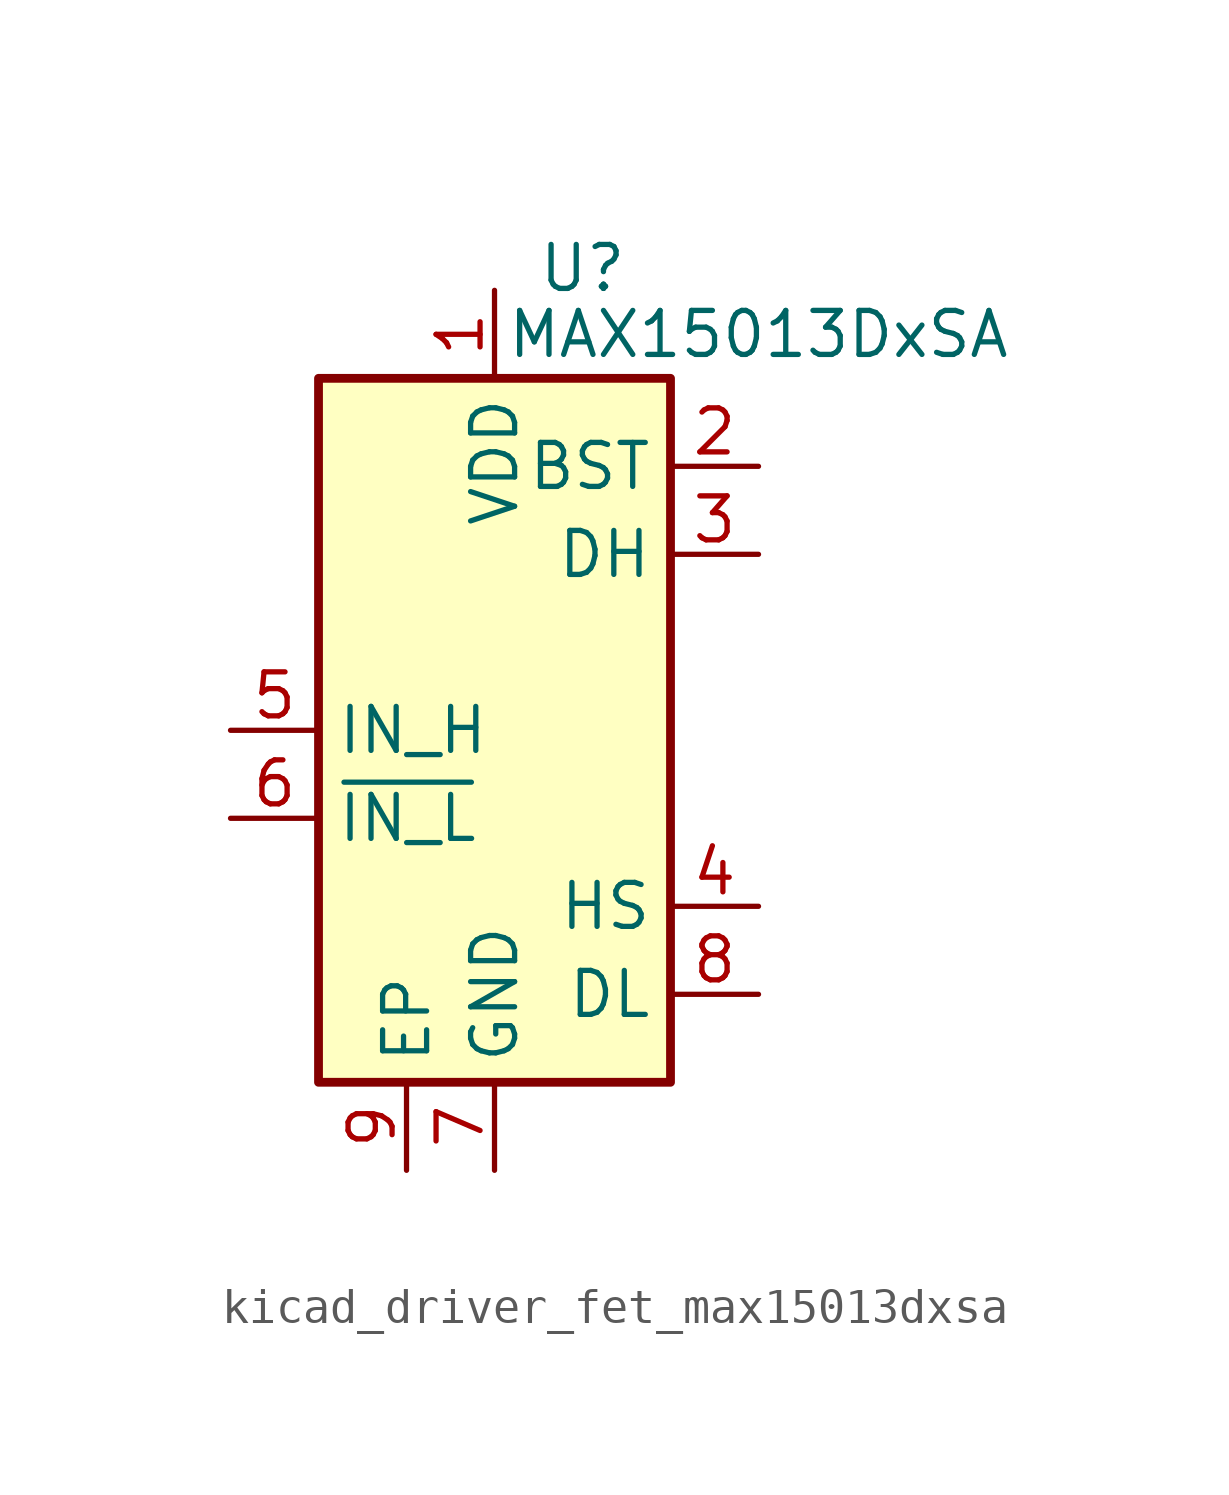
<source format=kicad_sym>
(kicad_symbol_lib
  (version 20220914)
  (generator kicad_symbol_editor)
  (symbol "kicad_driver_fet_max15013dxsa"
    (property "Reference" "U"
      (at 2.54 13.335 0)
      (effects (font (size 1.27 1.27))))
    (property "Value" "MAX15013DxSA"
      (at 7.62 11.43 0)
      (effects (font (size 1.27 1.27))))
    (symbol "kicad_driver_fet_max15013dxsa_0_1"
      (rectangle (start -5.08 -10.16) (end 5.08 10.16) (stroke (width 0.254) (type default)) (fill (type background))))
    (symbol "kicad_driver_fet_max15013dxsa_1_1"
      (pin power_in line (at 0 12.7 270) (length 2.54) (name "VDD" (effects (font (size 1.27 1.27)))) (number "1" (effects (font (size 1.27 1.27)))))
      (pin power_in line (at 7.62 7.62 180) (length 2.54) (name "BST" (effects (font (size 1.27 1.27)))) (number "2" (effects (font (size 1.27 1.27)))))
      (pin output line (at 7.62 5.08 180) (length 2.54) (name "DH" (effects (font (size 1.27 1.27)))) (number "3" (effects (font (size 1.27 1.27)))))
      (pin passive line (at 7.62 -5.08 180) (length 2.54) (name "HS" (effects (font (size 1.27 1.27)))) (number "4" (effects (font (size 1.27 1.27)))))
      (pin input line (at -7.62 0 0) (length 2.54) (name "IN_H" (effects (font (size 1.27 1.27)))) (number "5" (effects (font (size 1.27 1.27)))))
      (pin input line (at -7.62 -2.54 0) (length 2.54) (name "~{IN_L}" (effects (font (size 1.27 1.27)))) (number "6" (effects (font (size 1.27 1.27)))))
      (pin power_in line (at 0 -12.7 90) (length 2.54) (name "GND" (effects (font (size 1.27 1.27)))) (number "7" (effects (font (size 1.27 1.27)))))
      (pin output line (at 7.62 -7.62 180) (length 2.54) (name "DL" (effects (font (size 1.27 1.27)))) (number "8" (effects (font (size 1.27 1.27)))))
      (pin output line (at -2.54 -12.7 90) (length 2.54) (name "EP" (effects (font (size 1.27 1.27)))) (number "9" (effects (font (size 1.27 1.27))))))))
</source>
